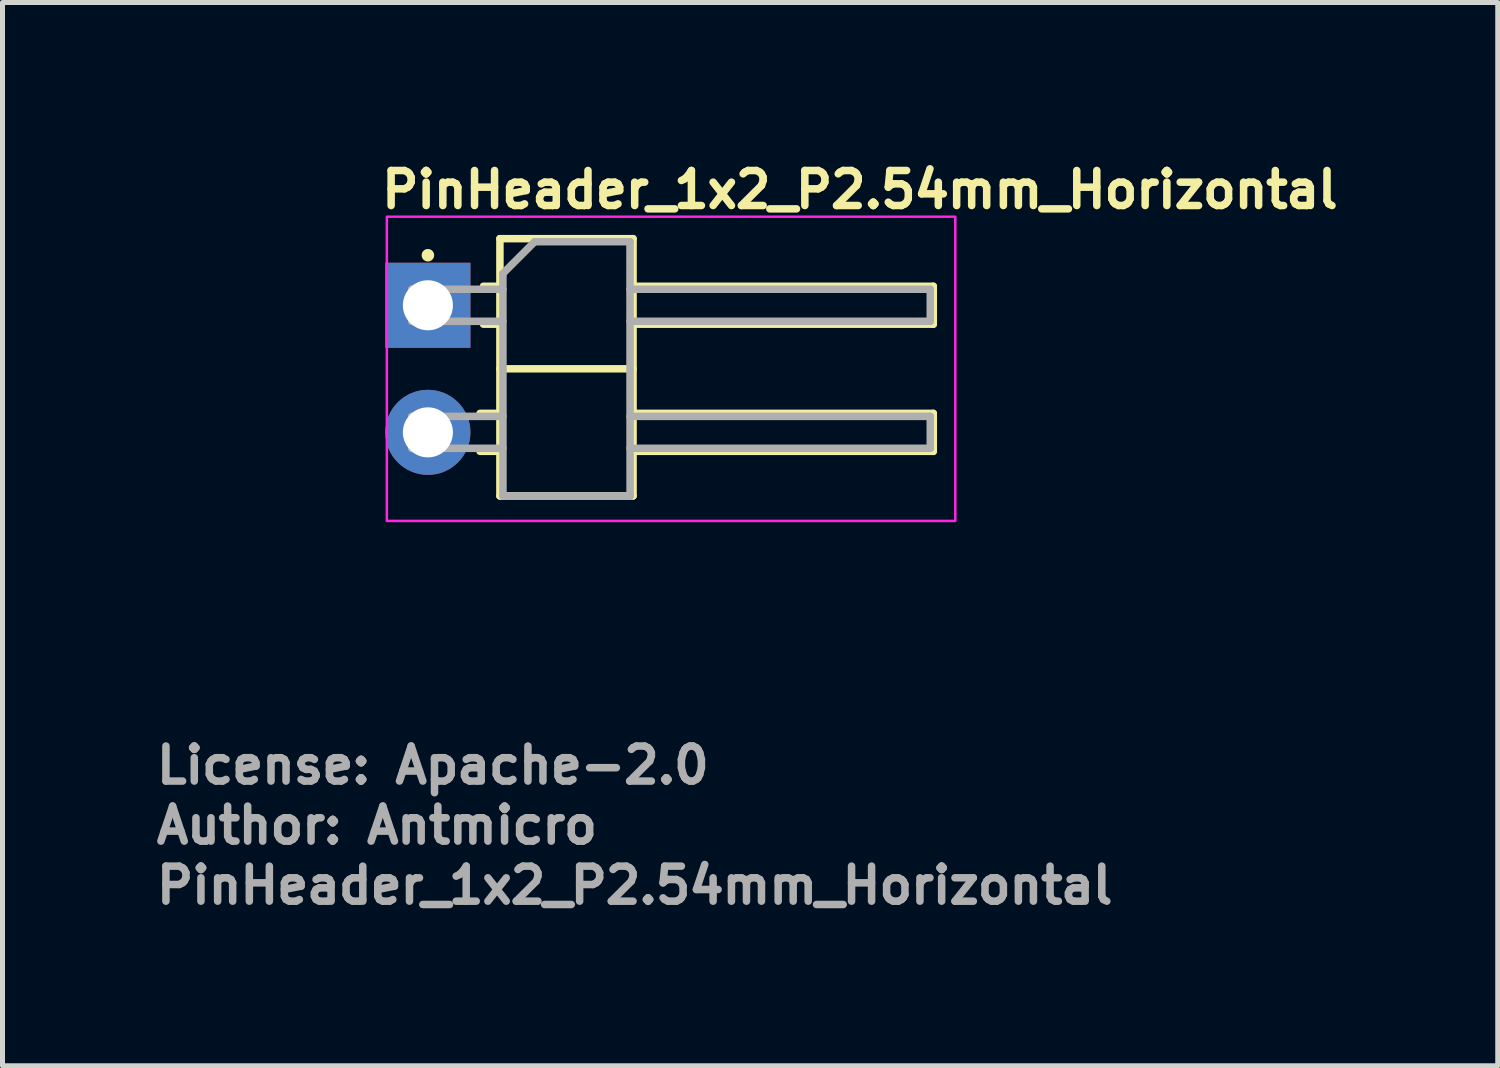
<source format=kicad_pcb>
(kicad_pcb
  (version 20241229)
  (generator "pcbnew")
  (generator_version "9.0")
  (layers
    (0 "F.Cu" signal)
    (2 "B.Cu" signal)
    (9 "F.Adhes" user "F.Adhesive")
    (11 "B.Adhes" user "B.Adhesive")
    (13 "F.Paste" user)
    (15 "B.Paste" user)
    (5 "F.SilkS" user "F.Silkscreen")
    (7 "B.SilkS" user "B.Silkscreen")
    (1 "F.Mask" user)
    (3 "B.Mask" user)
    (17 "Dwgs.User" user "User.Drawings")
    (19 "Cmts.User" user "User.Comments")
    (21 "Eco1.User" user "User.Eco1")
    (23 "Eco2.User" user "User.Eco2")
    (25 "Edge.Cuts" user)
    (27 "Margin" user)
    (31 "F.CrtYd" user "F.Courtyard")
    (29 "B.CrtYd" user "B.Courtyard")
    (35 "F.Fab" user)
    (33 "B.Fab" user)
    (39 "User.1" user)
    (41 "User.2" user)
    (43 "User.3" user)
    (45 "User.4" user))
  (footprint "PinHeader_1x2_P2.54mm_Horizontal"
    (layer "F.Cu")
    (at 5.5 3.05)
    (property "Reference" "PinHeader_1x2_P2.54mm_Horizontal" (at -1 -1.9 0) (layer "F.SilkS") (effects (font (size 0.7 0.7) (thickness 0.15)) (justify left bottom)))
    (attr through_hole)
    (fp_line (start 1.042 2.16) (end 1.439 2.16) (stroke (width 0.15) (type solid)) (layer "F.SilkS"))
    (fp_line (start 1.042 2.918) (end 1.439 2.918) (stroke (width 0.15) (type solid)) (layer "F.SilkS"))
    (fp_line (start 1.11 -0.38) (end 1.439 -0.38) (stroke (width 0.15) (type solid)) (layer "F.SilkS"))
    (fp_line (start 1.11 0.378) (end 1.439 0.378) (stroke (width 0.15) (type solid)) (layer "F.SilkS"))
    (fp_line (start 1.439 -1.331) (end 1.439 3.809) (stroke (width 0.15) (type solid)) (layer "F.SilkS"))
    (fp_line (start 1.439 1.269) (end 4.099 1.269) (stroke (width 0.15) (type solid)) (layer "F.SilkS"))
    (fp_line (start 1.439 3.809) (end 4.099 3.809) (stroke (width 0.15) (type solid)) (layer "F.SilkS"))
    (fp_line (start 4.099 -1.331) (end 1.439 -1.331) (stroke (width 0.15) (type solid)) (layer "F.SilkS"))
    (fp_line (start 4.099 -0.38) (end 10.098 -0.38) (stroke (width 0.15) (type solid)) (layer "F.SilkS"))
    (fp_line (start 4.099 2.16) (end 10.098 2.16) (stroke (width 0.15) (type solid)) (layer "F.SilkS"))
    (fp_line (start 4.099 3.809) (end 4.099 -1.331) (stroke (width 0.15) (type solid)) (layer "F.SilkS"))
    (fp_line (start 10.098 -0.38) (end 10.098 0.378) (stroke (width 0.15) (type solid)) (layer "F.SilkS"))
    (fp_line (start 10.098 0.378) (end 4.099 0.378) (stroke (width 0.15) (type solid)) (layer "F.SilkS"))
    (fp_line (start 10.098 2.16) (end 10.098 2.918) (stroke (width 0.15) (type solid)) (layer "F.SilkS"))
    (fp_line (start 10.098 2.918) (end 4.099 2.918) (stroke (width 0.15) (type solid)) (layer "F.SilkS"))
    (fp_circle (center 0 -1) (end 0.05 -1) (stroke (width 0.15) (type solid)) (fill yes) (layer "F.SilkS"))
    (fp_rect (start -0.82 -1.77) (end 10.538 4.309) (stroke (width 0.05) (type solid)) (fill no) (layer "F.CrtYd"))
    (fp_line (start -0.32 -0.32) (end -0.32 0.32) (stroke (width 0.15) (type solid)) (layer "F.Fab"))
    (fp_line (start -0.32 -0.32) (end 1.499 -0.32) (stroke (width 0.15) (type solid)) (layer "F.Fab"))
    (fp_line (start -0.32 0.32) (end 1.499 0.32) (stroke (width 0.15) (type solid)) (layer "F.Fab"))
    (fp_line (start -0.32 2.22) (end -0.32 2.858) (stroke (width 0.15) (type solid)) (layer "F.Fab"))
    (fp_line (start -0.32 2.22) (end 1.499 2.22) (stroke (width 0.15) (type solid)) (layer "F.Fab"))
    (fp_line (start -0.32 2.858) (end 1.499 2.858) (stroke (width 0.15) (type solid)) (layer "F.Fab"))
    (fp_line (start 1.499 -0.635) (end 2.133 -1.27) (stroke (width 0.15) (type solid)) (layer "F.Fab"))
    (fp_line (start 1.5 3.81) (end 1.499 -0.635) (stroke (width 0.15) (type solid)) (layer "F.Fab"))
    (fp_line (start 1.5 3.81) (end 4.04 3.81) (stroke (width 0.15) (type solid)) (layer "F.Fab"))
    (fp_line (start 2.133 -1.27) (end 4.038 -1.27) (stroke (width 0.15) (type solid)) (layer "F.Fab"))
    (fp_line (start 4.038 -1.27) (end 4.04 3.81) (stroke (width 0.15) (type solid)) (layer "F.Fab"))
    (fp_line (start 4.038 -0.32) (end 10.038 -0.32) (stroke (width 0.15) (type solid)) (layer "F.Fab"))
    (fp_line (start 4.038 0.32) (end 10.038 0.32) (stroke (width 0.15) (type solid)) (layer "F.Fab"))
    (fp_line (start 4.038 2.22) (end 10.038 2.22) (stroke (width 0.15) (type solid)) (layer "F.Fab"))
    (fp_line (start 4.038 2.858) (end 10.038 2.858) (stroke (width 0.15) (type solid)) (layer "F.Fab"))
    (fp_line (start 10.038 -0.32) (end 10.038 0.32) (stroke (width 0.15) (type solid)) (layer "F.Fab"))
    (fp_line (start 10.038 2.22) (end 10.038 2.858) (stroke (width 0.15) (type solid)) (layer "F.Fab"))
    (fp_rect (start -0.32 -1.27) (end 10.038 3.809) (stroke (width 0.1) (type solid)) (fill no) (layer "User.5"))
    (fp_line (start -0.32 -0.32) (end -0.32 0.32) (stroke (width 0.02) (type solid)) (layer "User.9"))
    (fp_line (start -0.32 -0.32) (end -0.316 -0.32) (stroke (width 0.02) (type solid)) (layer "User.9"))
    (fp_line (start -0.32 0.32) (end -0.316 0.32) (stroke (width 0.02) (type solid)) (layer "User.9"))
    (fp_line (start -0.32 2.22) (end -0.32 2.858) (stroke (width 0.02) (type solid)) (layer "User.9"))
    (fp_line (start -0.32 2.22) (end -0.316 2.22) (stroke (width 0.02) (type solid)) (layer "User.9"))
    (fp_line (start -0.32 2.858) (end -0.316 2.858) (stroke (width 0.02) (type solid)) (layer "User.9"))
    (fp_line (start -0.316 -0.32) (end -0.316 -0.32) (stroke (width 0.02) (type solid)) (layer "User.9"))
    (fp_line (start -0.316 -0.32) (end -0.286 -0.32) (stroke (width 0.02) (type solid)) (layer "User.9"))
    (fp_line (start -0.316 0.32) (end -0.316 0.32) (stroke (width 0.02) (type solid)) (layer "User.9"))
    (fp_line (start -0.316 0.32) (end -0.286 0.32) (stroke (width 0.02) (type solid)) (layer "User.9"))
    (fp_line (start -0.316 2.22) (end -0.316 2.22) (stroke (width 0.02) (type solid)) (layer "User.9"))
    (fp_line (start -0.316 2.22) (end -0.286 2.22) (stroke (width 0.02) (type solid)) (layer "User.9"))
    (fp_line (start -0.316 2.858) (end -0.316 2.858) (stroke (width 0.02) (type solid)) (layer "User.9"))
    (fp_line (start -0.316 2.858) (end -0.286 2.858) (stroke (width 0.02) (type solid)) (layer "User.9"))
    (fp_line (start -0.286 -0.32) (end -0.286 -0.32) (stroke (width 0.02) (type solid)) (layer "User.9"))
    (fp_line (start -0.286 -0.32) (end -0.222 -0.32) (stroke (width 0.02) (type solid)) (layer "User.9"))
    (fp_line (start -0.286 0.32) (end -0.286 0.32) (stroke (width 0.02) (type solid)) (layer "User.9"))
    (fp_line (start -0.286 0.32) (end -0.222 0.32) (stroke (width 0.02) (type solid)) (layer "User.9"))
    (fp_line (start -0.286 2.22) (end -0.286 2.22) (stroke (width 0.02) (type solid)) (layer "User.9"))
    (fp_line (start -0.286 2.22) (end -0.222 2.22) (stroke (width 0.02) (type solid)) (layer "User.9"))
    (fp_line (start -0.286 2.858) (end -0.286 2.858) (stroke (width 0.02) (type solid)) (layer "User.9"))
    (fp_line (start -0.286 2.858) (end -0.222 2.858) (stroke (width 0.02) (type solid)) (layer "User.9"))
    (fp_line (start -0.222 -0.32) (end -0.222 -0.32) (stroke (width 0.02) (type solid)) (layer "User.9"))
    (fp_line (start -0.222 -0.32) (end -0.134 -0.32) (stroke (width 0.02) (type solid)) (layer "User.9"))
    (fp_line (start -0.222 0.32) (end -0.222 0.32) (stroke (width 0.02) (type solid)) (layer "User.9"))
    (fp_line (start -0.222 0.32) (end -0.134 0.32) (stroke (width 0.02) (type solid)) (layer "User.9"))
    (fp_line (start -0.222 2.22) (end -0.222 2.22) (stroke (width 0.02) (type solid)) (layer "User.9"))
    (fp_line (start -0.222 2.22) (end -0.134 2.22) (stroke (width 0.02) (type solid)) (layer "User.9"))
    (fp_line (start -0.222 2.858) (end -0.222 2.858) (stroke (width 0.02) (type solid)) (layer "User.9"))
    (fp_line (start -0.222 2.858) (end -0.134 2.858) (stroke (width 0.02) (type solid)) (layer "User.9"))
    (fp_line (start -0.134 -0.32) (end -0.134 -0.32) (stroke (width 0.02) (type solid)) (layer "User.9"))
    (fp_line (start -0.134 -0.32) (end 0.32 -0.32) (stroke (width 0.02) (type solid)) (layer "User.9"))
    (fp_line (start -0.134 0.32) (end -0.134 0.32) (stroke (width 0.02) (type solid)) (layer "User.9"))
    (fp_line (start -0.134 0.32) (end 0.32 0.32) (stroke (width 0.02) (type solid)) (layer "User.9"))
    (fp_line (start -0.134 2.22) (end -0.134 2.22) (stroke (width 0.02) (type solid)) (layer "User.9"))
    (fp_line (start -0.134 2.22) (end 0.32 2.22) (stroke (width 0.02) (type solid)) (layer "User.9"))
    (fp_line (start -0.134 2.858) (end -0.134 2.858) (stroke (width 0.02) (type solid)) (layer "User.9"))
    (fp_line (start -0.134 2.858) (end 0.32 2.858) (stroke (width 0.02) (type solid)) (layer "User.9"))
    (fp_line (start 0.32 -0.32) (end 1.499 -0.32) (stroke (width 0.02) (type solid)) (layer "User.9"))
    (fp_line (start 0.32 0.32) (end 1.499 0.32) (stroke (width 0.02) (type solid)) (layer "User.9"))
    (fp_line (start 0.32 2.22) (end 1.499 2.22) (stroke (width 0.02) (type solid)) (layer "User.9"))
    (fp_line (start 0.32 2.858) (end 1.499 2.858) (stroke (width 0.02) (type solid)) (layer "User.9"))
    (fp_line (start 1.499 -1.27) (end 4.038 -1.27) (stroke (width 0.02) (type solid)) (layer "User.9"))
    (fp_line (start 1.499 -1.016) (end 1.499 -1.27) (stroke (width 0.02) (type solid)) (layer "User.9"))
    (fp_line (start 1.499 -1.016) (end 4.038 -1.016) (stroke (width 0.02) (type solid)) (layer "User.9"))
    (fp_line (start 1.499 1.015) (end 1.499 -1.016) (stroke (width 0.02) (type solid)) (layer "User.9"))
    (fp_line (start 1.499 1.015) (end 4.038 1.015) (stroke (width 0.02) (type solid)) (layer "User.9"))
    (fp_line (start 1.499 1.269) (end 1.499 1.015) (stroke (width 0.02) (type solid)) (layer "User.9"))
    (fp_line (start 1.499 1.269) (end 4.038 1.269) (stroke (width 0.02) (type solid)) (layer "User.9"))
    (fp_line (start 1.499 1.523) (end 1.499 1.269) (stroke (width 0.02) (type solid)) (layer "User.9"))
    (fp_line (start 1.499 1.523) (end 4.038 1.523) (stroke (width 0.02) (type solid)) (layer "User.9"))
    (fp_line (start 1.499 3.555) (end 1.499 1.523) (stroke (width 0.02) (type solid)) (layer "User.9"))
    (fp_line (start 1.499 3.555) (end 4.038 3.555) (stroke (width 0.02) (type solid)) (layer "User.9"))
    (fp_line (start 1.499 3.809) (end 1.499 3.555) (stroke (width 0.02) (type solid)) (layer "User.9"))
    (fp_line (start 1.499 3.809) (end 4.038 3.809) (stroke (width 0.02) (type solid)) (layer "User.9"))
    (fp_line (start 4.038 -1.016) (end 4.038 -1.27) (stroke (width 0.02) (type solid)) (layer "User.9"))
    (fp_line (start 4.038 -0.32) (end 9.88 -0.32) (stroke (width 0.02) (type solid)) (layer "User.9"))
    (fp_line (start 4.038 0.32) (end 9.88 0.32) (stroke (width 0.02) (type solid)) (layer "User.9"))
    (fp_line (start 4.038 1.015) (end 4.038 -1.016) (stroke (width 0.02) (type solid)) (layer "User.9"))
    (fp_line (start 4.038 1.269) (end 4.038 1.015) (stroke (width 0.02) (type solid)) (layer "User.9"))
    (fp_line (start 4.038 1.523) (end 4.038 1.269) (stroke (width 0.02) (type solid)) (layer "User.9"))
    (fp_line (start 4.038 2.22) (end 9.88 2.22) (stroke (width 0.02) (type solid)) (layer "User.9"))
    (fp_line (start 4.038 2.858) (end 9.88 2.858) (stroke (width 0.02) (type solid)) (layer "User.9"))
    (fp_line (start 4.038 3.555) (end 4.038 1.523) (stroke (width 0.02) (type solid)) (layer "User.9"))
    (fp_line (start 4.038 3.809) (end 4.038 3.555) (stroke (width 0.02) (type solid)) (layer "User.9"))
    (fp_line (start 9.88 -0.32) (end 9.88 0.32) (stroke (width 0.02) (type solid)) (layer "User.9"))
    (fp_line (start 9.88 -0.32) (end 10.038 -0.16) (stroke (width 0.02) (type solid)) (layer "User.9"))
    (fp_line (start 9.88 0.32) (end 10.038 0.16) (stroke (width 0.02) (type solid)) (layer "User.9"))
    (fp_line (start 9.88 2.22) (end 9.88 2.858) (stroke (width 0.02) (type solid)) (layer "User.9"))
    (fp_line (start 9.88 2.22) (end 10.038 2.378) (stroke (width 0.02) (type solid)) (layer "User.9"))
    (fp_line (start 9.88 2.858) (end 10.038 2.7) (stroke (width 0.02) (type solid)) (layer "User.9"))
    (fp_line (start 10.038 -0.16) (end 10.038 0.16) (stroke (width 0.02) (type solid)) (layer "User.9"))
    (fp_line (start 10.038 2.378) (end 10.038 2.7) (stroke (width 0.02) (type solid)) (layer "User.9"))
    (fp_text user "License: Apache-2.0" (at -5.5 9.6 0) (layer "F.Fab") (effects (font (size 0.7 0.7) (thickness 0.15)) (justify left bottom)))
    (fp_text user "${REFERENCE}" (at -5.5 12 0) (layer "F.Fab") (effects (font (size 0.7 0.7) (thickness 0.15)) (justify left bottom)))
    (fp_text user "Author: Antmicro" (at -5.5 10.8 0) (layer "F.Fab") (effects (font (size 0.7 0.7) (thickness 0.15)) (justify left bottom)))
    (pad "1" thru_hole rect (at 0 0) (size 1.7 1.7) (drill 1) (layers "*.Cu" "*.Mask"))
    (pad "2" thru_hole oval (at 0 2.539) (size 1.7 1.7) (drill 1) (layers "*.Cu" "*.Mask")))
  (gr_rect
    (start -3 -3)
    (end 26.877 18.245)
    (stroke (width 0.1) (type default))
    (fill no)
    (layer "Edge.Cuts")))
</source>
